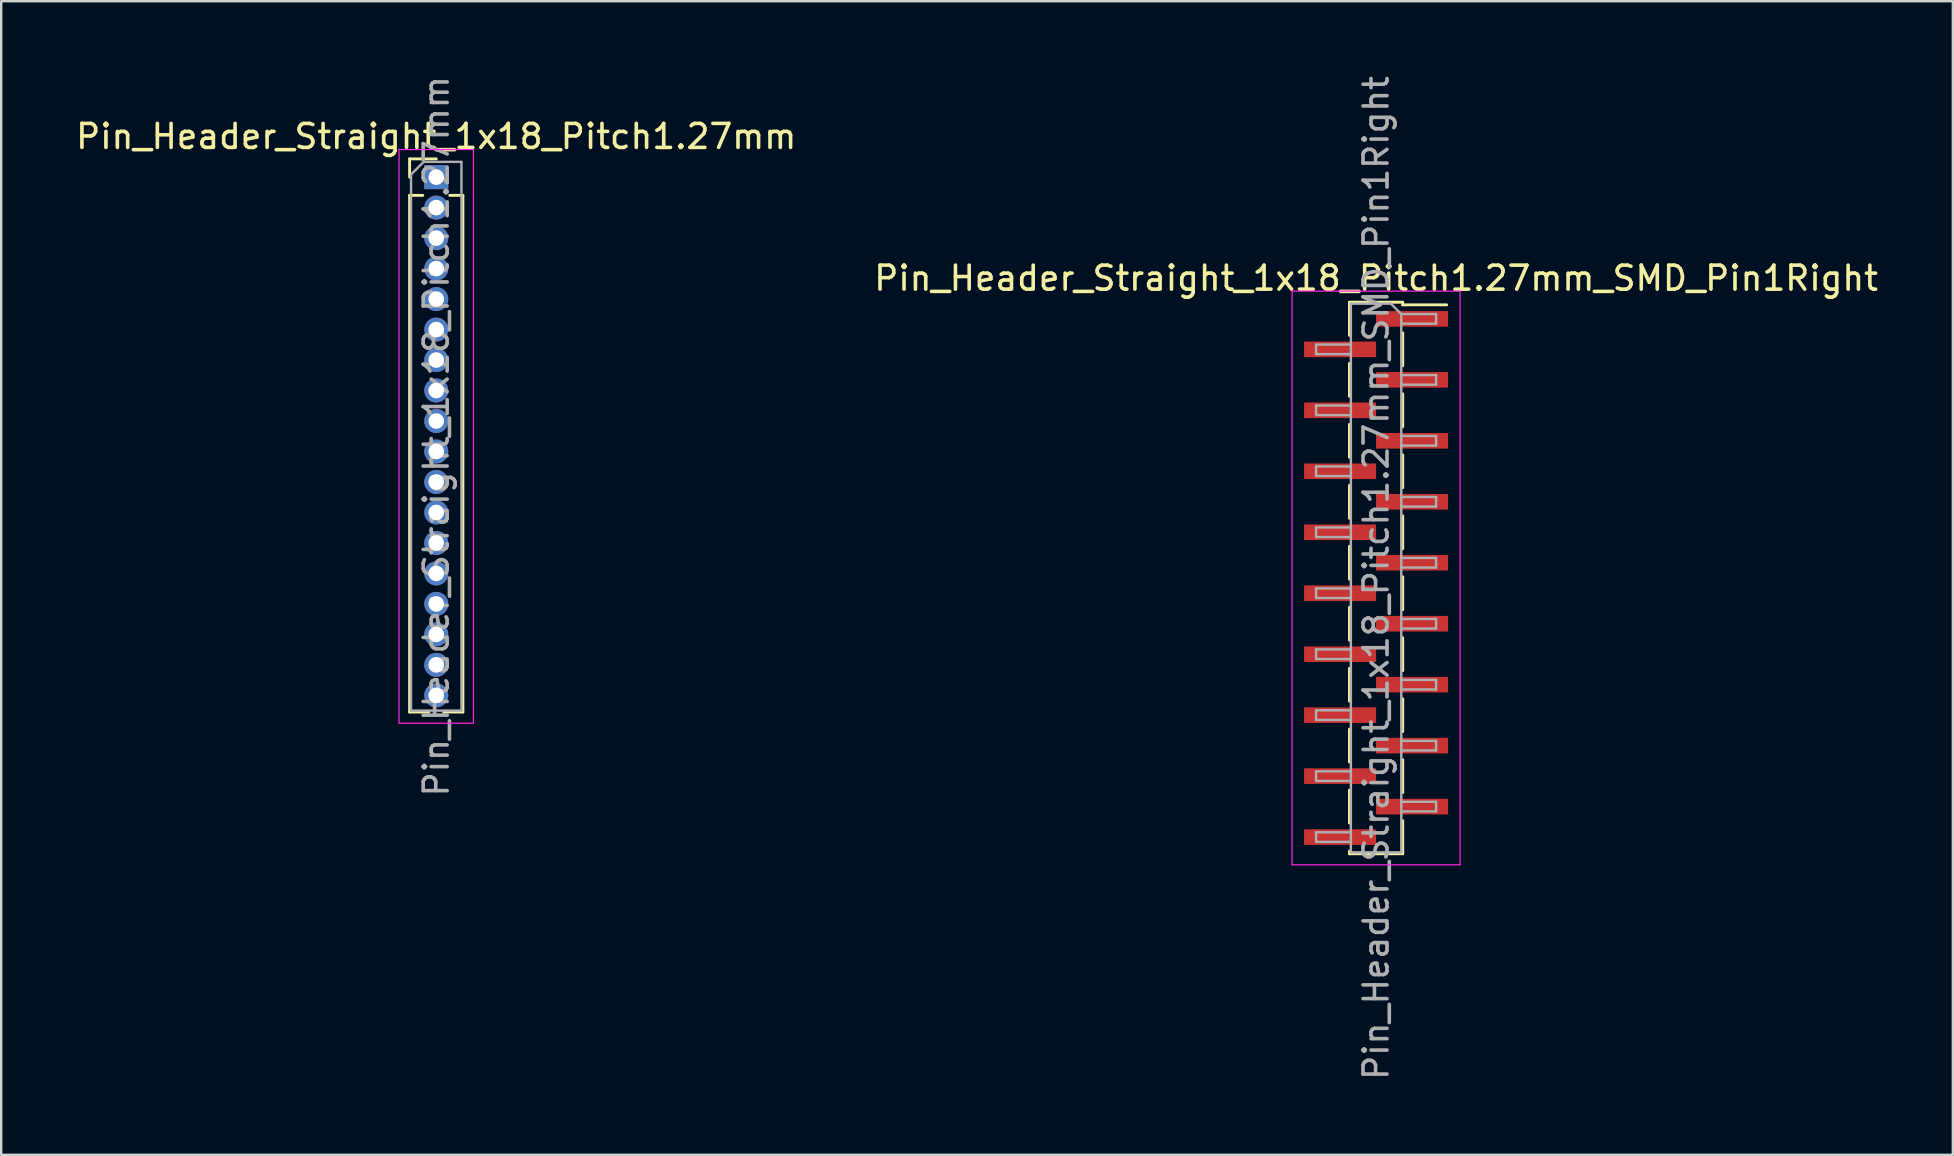
<source format=kicad_pcb>
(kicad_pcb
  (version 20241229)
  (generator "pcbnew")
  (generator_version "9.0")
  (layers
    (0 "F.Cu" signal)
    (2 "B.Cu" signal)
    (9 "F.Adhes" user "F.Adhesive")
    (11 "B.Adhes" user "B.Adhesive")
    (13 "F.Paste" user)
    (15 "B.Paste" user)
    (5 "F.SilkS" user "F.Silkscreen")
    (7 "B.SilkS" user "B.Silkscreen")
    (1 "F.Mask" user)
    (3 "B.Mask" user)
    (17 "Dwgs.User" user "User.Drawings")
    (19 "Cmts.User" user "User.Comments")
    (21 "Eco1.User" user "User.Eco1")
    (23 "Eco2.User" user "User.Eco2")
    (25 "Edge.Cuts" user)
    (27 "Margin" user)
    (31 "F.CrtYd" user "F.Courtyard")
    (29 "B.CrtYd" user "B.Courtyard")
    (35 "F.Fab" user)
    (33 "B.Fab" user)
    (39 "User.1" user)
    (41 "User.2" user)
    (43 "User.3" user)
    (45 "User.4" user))
  (footprint "Pin_Header_Straight_1x18_Pitch1.27mm_SMD_Pin1Right"
    (layer "F.Cu")
    (at 54.28 21.03)
    (property "Reference" "Pin_Header_Straight_1x18_Pitch1.27mm_SMD_Pin1Right" (at 0 -12.49 0) (layer "F.SilkS") (effects (font (size 1 1) (thickness 0.15))))
    (attr smd)
    (fp_line (start -1.11 -11.49) (end 1.11 -11.49) (stroke (width 0.12) (type solid)) (layer "F.SilkS"))
    (fp_line (start -1.11 -11.48) (end -1.11 -10.11) (stroke (width 0.12) (type solid)) (layer "F.SilkS"))
    (fp_line (start -1.11 -8.94) (end -1.11 -7.57) (stroke (width 0.12) (type solid)) (layer "F.SilkS"))
    (fp_line (start -1.11 -6.4) (end -1.11 -5.03) (stroke (width 0.12) (type solid)) (layer "F.SilkS"))
    (fp_line (start -1.11 -3.86) (end -1.11 -2.49) (stroke (width 0.12) (type solid)) (layer "F.SilkS"))
    (fp_line (start -1.11 -1.32) (end -1.11 0.05) (stroke (width 0.12) (type solid)) (layer "F.SilkS"))
    (fp_line (start -1.11 1.22) (end -1.11 2.59) (stroke (width 0.12) (type solid)) (layer "F.SilkS"))
    (fp_line (start -1.11 3.76) (end -1.11 5.13) (stroke (width 0.12) (type solid)) (layer "F.SilkS"))
    (fp_line (start -1.11 6.3) (end -1.11 7.67) (stroke (width 0.12) (type solid)) (layer "F.SilkS"))
    (fp_line (start -1.11 8.84) (end -1.11 10.21) (stroke (width 0.12) (type solid)) (layer "F.SilkS"))
    (fp_line (start -1.11 11.38) (end -1.11 11.49) (stroke (width 0.12) (type solid)) (layer "F.SilkS"))
    (fp_line (start -1.11 11.49) (end 1.11 11.49) (stroke (width 0.12) (type solid)) (layer "F.SilkS"))
    (fp_line (start 1.11 -11.49) (end 1.11 -11.38) (stroke (width 0.12) (type solid)) (layer "F.SilkS"))
    (fp_line (start 1.11 -11.38) (end 2.94 -11.38) (stroke (width 0.12) (type solid)) (layer "F.SilkS"))
    (fp_line (start 1.11 -10.21) (end 1.11 -8.84) (stroke (width 0.12) (type solid)) (layer "F.SilkS"))
    (fp_line (start 1.11 -7.67) (end 1.11 -6.3) (stroke (width 0.12) (type solid)) (layer "F.SilkS"))
    (fp_line (start 1.11 -5.13) (end 1.11 -3.76) (stroke (width 0.12) (type solid)) (layer "F.SilkS"))
    (fp_line (start 1.11 -2.59) (end 1.11 -1.22) (stroke (width 0.12) (type solid)) (layer "F.SilkS"))
    (fp_line (start 1.11 -0.05) (end 1.11 1.32) (stroke (width 0.12) (type solid)) (layer "F.SilkS"))
    (fp_line (start 1.11 2.49) (end 1.11 3.86) (stroke (width 0.12) (type solid)) (layer "F.SilkS"))
    (fp_line (start 1.11 5.03) (end 1.11 6.4) (stroke (width 0.12) (type solid)) (layer "F.SilkS"))
    (fp_line (start 1.11 7.57) (end 1.11 8.94) (stroke (width 0.12) (type solid)) (layer "F.SilkS"))
    (fp_line (start 1.11 10.11) (end 1.11 11.48) (stroke (width 0.12) (type solid)) (layer "F.SilkS"))
    (fp_line (start -3.5 -11.95) (end -3.5 11.95) (stroke (width 0.05) (type solid)) (layer "F.CrtYd"))
    (fp_line (start -3.5 11.95) (end 3.5 11.95) (stroke (width 0.05) (type solid)) (layer "F.CrtYd"))
    (fp_line (start 3.5 -11.95) (end -3.5 -11.95) (stroke (width 0.05) (type solid)) (layer "F.CrtYd"))
    (fp_line (start 3.5 11.95) (end 3.5 -11.95) (stroke (width 0.05) (type solid)) (layer "F.CrtYd"))
    (fp_line (start -2.5 -9.725) (end -2.5 -9.325) (stroke (width 0.1) (type solid)) (layer "F.Fab"))
    (fp_line (start -2.5 -9.325) (end -1.05 -9.325) (stroke (width 0.1) (type solid)) (layer "F.Fab"))
    (fp_line (start -2.5 -7.185) (end -2.5 -6.785) (stroke (width 0.1) (type solid)) (layer "F.Fab"))
    (fp_line (start -2.5 -6.785) (end -1.05 -6.785) (stroke (width 0.1) (type solid)) (layer "F.Fab"))
    (fp_line (start -2.5 -4.645) (end -2.5 -4.245) (stroke (width 0.1) (type solid)) (layer "F.Fab"))
    (fp_line (start -2.5 -4.245) (end -1.05 -4.245) (stroke (width 0.1) (type solid)) (layer "F.Fab"))
    (fp_line (start -2.5 -2.105) (end -2.5 -1.705) (stroke (width 0.1) (type solid)) (layer "F.Fab"))
    (fp_line (start -2.5 -1.705) (end -1.05 -1.705) (stroke (width 0.1) (type solid)) (layer "F.Fab"))
    (fp_line (start -2.5 0.435) (end -2.5 0.835) (stroke (width 0.1) (type solid)) (layer "F.Fab"))
    (fp_line (start -2.5 0.835) (end -1.05 0.835) (stroke (width 0.1) (type solid)) (layer "F.Fab"))
    (fp_line (start -2.5 2.975) (end -2.5 3.375) (stroke (width 0.1) (type solid)) (layer "F.Fab"))
    (fp_line (start -2.5 3.375) (end -1.05 3.375) (stroke (width 0.1) (type solid)) (layer "F.Fab"))
    (fp_line (start -2.5 5.515) (end -2.5 5.915) (stroke (width 0.1) (type solid)) (layer "F.Fab"))
    (fp_line (start -2.5 5.915) (end -1.05 5.915) (stroke (width 0.1) (type solid)) (layer "F.Fab"))
    (fp_line (start -2.5 8.055) (end -2.5 8.455) (stroke (width 0.1) (type solid)) (layer "F.Fab"))
    (fp_line (start -2.5 8.455) (end -1.05 8.455) (stroke (width 0.1) (type solid)) (layer "F.Fab"))
    (fp_line (start -2.5 10.595) (end -2.5 10.995) (stroke (width 0.1) (type solid)) (layer "F.Fab"))
    (fp_line (start -2.5 10.995) (end -1.05 10.995) (stroke (width 0.1) (type solid)) (layer "F.Fab"))
    (fp_line (start -1.05 -11.43) (end -1.05 11.43) (stroke (width 0.1) (type solid)) (layer "F.Fab"))
    (fp_line (start -1.05 -11.43) (end 0.615 -11.43) (stroke (width 0.1) (type solid)) (layer "F.Fab"))
    (fp_line (start -1.05 -9.725) (end -2.5 -9.725) (stroke (width 0.1) (type solid)) (layer "F.Fab"))
    (fp_line (start -1.05 -7.185) (end -2.5 -7.185) (stroke (width 0.1) (type solid)) (layer "F.Fab"))
    (fp_line (start -1.05 -4.645) (end -2.5 -4.645) (stroke (width 0.1) (type solid)) (layer "F.Fab"))
    (fp_line (start -1.05 -2.105) (end -2.5 -2.105) (stroke (width 0.1) (type solid)) (layer "F.Fab"))
    (fp_line (start -1.05 0.435) (end -2.5 0.435) (stroke (width 0.1) (type solid)) (layer "F.Fab"))
    (fp_line (start -1.05 2.975) (end -2.5 2.975) (stroke (width 0.1) (type solid)) (layer "F.Fab"))
    (fp_line (start -1.05 5.515) (end -2.5 5.515) (stroke (width 0.1) (type solid)) (layer "F.Fab"))
    (fp_line (start -1.05 8.055) (end -2.5 8.055) (stroke (width 0.1) (type solid)) (layer "F.Fab"))
    (fp_line (start -1.05 10.595) (end -2.5 10.595) (stroke (width 0.1) (type solid)) (layer "F.Fab"))
    (fp_line (start 1.05 -10.995) (end 0.615 -11.43) (stroke (width 0.1) (type solid)) (layer "F.Fab"))
    (fp_line (start 1.05 -10.995) (end 2.5 -10.995) (stroke (width 0.1) (type solid)) (layer "F.Fab"))
    (fp_line (start 1.05 -8.455) (end 2.5 -8.455) (stroke (width 0.1) (type solid)) (layer "F.Fab"))
    (fp_line (start 1.05 -5.915) (end 2.5 -5.915) (stroke (width 0.1) (type solid)) (layer "F.Fab"))
    (fp_line (start 1.05 -3.375) (end 2.5 -3.375) (stroke (width 0.1) (type solid)) (layer "F.Fab"))
    (fp_line (start 1.05 -0.835) (end 2.5 -0.835) (stroke (width 0.1) (type solid)) (layer "F.Fab"))
    (fp_line (start 1.05 1.705) (end 2.5 1.705) (stroke (width 0.1) (type solid)) (layer "F.Fab"))
    (fp_line (start 1.05 4.245) (end 2.5 4.245) (stroke (width 0.1) (type solid)) (layer "F.Fab"))
    (fp_line (start 1.05 6.785) (end 2.5 6.785) (stroke (width 0.1) (type solid)) (layer "F.Fab"))
    (fp_line (start 1.05 9.325) (end 2.5 9.325) (stroke (width 0.1) (type solid)) (layer "F.Fab"))
    (fp_line (start 1.05 11.43) (end -1.05 11.43) (stroke (width 0.1) (type solid)) (layer "F.Fab"))
    (fp_line (start 1.05 11.43) (end 1.05 -10.995) (stroke (width 0.1) (type solid)) (layer "F.Fab"))
    (fp_line (start 2.5 -10.995) (end 2.5 -10.595) (stroke (width 0.1) (type solid)) (layer "F.Fab"))
    (fp_line (start 2.5 -10.595) (end 1.05 -10.595) (stroke (width 0.1) (type solid)) (layer "F.Fab"))
    (fp_line (start 2.5 -8.455) (end 2.5 -8.055) (stroke (width 0.1) (type solid)) (layer "F.Fab"))
    (fp_line (start 2.5 -8.055) (end 1.05 -8.055) (stroke (width 0.1) (type solid)) (layer "F.Fab"))
    (fp_line (start 2.5 -5.915) (end 2.5 -5.515) (stroke (width 0.1) (type solid)) (layer "F.Fab"))
    (fp_line (start 2.5 -5.515) (end 1.05 -5.515) (stroke (width 0.1) (type solid)) (layer "F.Fab"))
    (fp_line (start 2.5 -3.375) (end 2.5 -2.975) (stroke (width 0.1) (type solid)) (layer "F.Fab"))
    (fp_line (start 2.5 -2.975) (end 1.05 -2.975) (stroke (width 0.1) (type solid)) (layer "F.Fab"))
    (fp_line (start 2.5 -0.835) (end 2.5 -0.435) (stroke (width 0.1) (type solid)) (layer "F.Fab"))
    (fp_line (start 2.5 -0.435) (end 1.05 -0.435) (stroke (width 0.1) (type solid)) (layer "F.Fab"))
    (fp_line (start 2.5 1.705) (end 2.5 2.105) (stroke (width 0.1) (type solid)) (layer "F.Fab"))
    (fp_line (start 2.5 2.105) (end 1.05 2.105) (stroke (width 0.1) (type solid)) (layer "F.Fab"))
    (fp_line (start 2.5 4.245) (end 2.5 4.645) (stroke (width 0.1) (type solid)) (layer "F.Fab"))
    (fp_line (start 2.5 4.645) (end 1.05 4.645) (stroke (width 0.1) (type solid)) (layer "F.Fab"))
    (fp_line (start 2.5 6.785) (end 2.5 7.185) (stroke (width 0.1) (type solid)) (layer "F.Fab"))
    (fp_line (start 2.5 7.185) (end 1.05 7.185) (stroke (width 0.1) (type solid)) (layer "F.Fab"))
    (fp_line (start 2.5 9.325) (end 2.5 9.725) (stroke (width 0.1) (type solid)) (layer "F.Fab"))
    (fp_line (start 2.5 9.725) (end 1.05 9.725) (stroke (width 0.1) (type solid)) (layer "F.Fab"))
    (fp_text user "${REFERENCE}" (at 0 0 90) (layer "F.Fab") (effects (font (size 1 1) (thickness 0.15))))
    (pad "1" smd rect (at 1.5 -10.795) (size 3 0.65) (layers "F.Cu" "F.Mask" "F.Paste"))
    (pad "2" smd rect (at -1.5 -9.525) (size 3 0.65) (layers "F.Cu" "F.Mask" "F.Paste"))
    (pad "3" smd rect (at 1.5 -8.255) (size 3 0.65) (layers "F.Cu" "F.Mask" "F.Paste"))
    (pad "4" smd rect (at -1.5 -6.985) (size 3 0.65) (layers "F.Cu" "F.Mask" "F.Paste"))
    (pad "5" smd rect (at 1.5 -5.715) (size 3 0.65) (layers "F.Cu" "F.Mask" "F.Paste"))
    (pad "6" smd rect (at -1.5 -4.445) (size 3 0.65) (layers "F.Cu" "F.Mask" "F.Paste"))
    (pad "7" smd rect (at 1.5 -3.175) (size 3 0.65) (layers "F.Cu" "F.Mask" "F.Paste"))
    (pad "8" smd rect (at -1.5 -1.905) (size 3 0.65) (layers "F.Cu" "F.Mask" "F.Paste"))
    (pad "9" smd rect (at 1.5 -0.635) (size 3 0.65) (layers "F.Cu" "F.Mask" "F.Paste"))
    (pad "10" smd rect (at -1.5 0.635) (size 3 0.65) (layers "F.Cu" "F.Mask" "F.Paste"))
    (pad "11" smd rect (at 1.5 1.905) (size 3 0.65) (layers "F.Cu" "F.Mask" "F.Paste"))
    (pad "12" smd rect (at -1.5 3.175) (size 3 0.65) (layers "F.Cu" "F.Mask" "F.Paste"))
    (pad "13" smd rect (at 1.5 4.445) (size 3 0.65) (layers "F.Cu" "F.Mask" "F.Paste"))
    (pad "14" smd rect (at -1.5 5.715) (size 3 0.65) (layers "F.Cu" "F.Mask" "F.Paste"))
    (pad "15" smd rect (at 1.5 6.985) (size 3 0.65) (layers "F.Cu" "F.Mask" "F.Paste"))
    (pad "16" smd rect (at -1.5 8.255) (size 3 0.65) (layers "F.Cu" "F.Mask" "F.Paste"))
    (pad "17" smd rect (at 1.5 9.525) (size 3 0.65) (layers "F.Cu" "F.Mask" "F.Paste"))
    (pad "18" smd rect (at -1.5 10.795) (size 3 0.65) (layers "F.Cu" "F.Mask" "F.Paste")))
  (footprint "Pin_Header_Straight_1x18_Pitch1.27mm"
    (layer "F.Cu")
    (at 15.125 4.33)
    (property "Reference" "Pin_Header_Straight_1x18_Pitch1.27mm" (at 0 -1.695 0) (layer "F.SilkS") (effects (font (size 1 1) (thickness 0.15))))
    (attr through_hole)
    (fp_line (start -1.11 -0.76) (end 0 -0.76) (stroke (width 0.12) (type solid)) (layer "F.SilkS"))
    (fp_line (start -1.11 0) (end -1.11 -0.76) (stroke (width 0.12) (type solid)) (layer "F.SilkS"))
    (fp_line (start -1.11 0.76) (end -1.11 22.285) (stroke (width 0.12) (type solid)) (layer "F.SilkS"))
    (fp_line (start -1.11 0.76) (end -0.563 0.76) (stroke (width 0.12) (type solid)) (layer "F.SilkS"))
    (fp_line (start -1.11 22.285) (end -0.308 22.285) (stroke (width 0.12) (type solid)) (layer "F.SilkS"))
    (fp_line (start 0.308 22.285) (end 1.11 22.285) (stroke (width 0.12) (type solid)) (layer "F.SilkS"))
    (fp_line (start 0.563 0.76) (end 1.11 0.76) (stroke (width 0.12) (type solid)) (layer "F.SilkS"))
    (fp_line (start 1.11 0.76) (end 1.11 22.285) (stroke (width 0.12) (type solid)) (layer "F.SilkS"))
    (fp_line (start -1.55 -1.15) (end -1.55 22.75) (stroke (width 0.05) (type solid)) (layer "F.CrtYd"))
    (fp_line (start -1.55 22.75) (end 1.55 22.75) (stroke (width 0.05) (type solid)) (layer "F.CrtYd"))
    (fp_line (start 1.55 -1.15) (end -1.55 -1.15) (stroke (width 0.05) (type solid)) (layer "F.CrtYd"))
    (fp_line (start 1.55 22.75) (end 1.55 -1.15) (stroke (width 0.05) (type solid)) (layer "F.CrtYd"))
    (fp_line (start -1.05 -0.11) (end -0.525 -0.635) (stroke (width 0.1) (type solid)) (layer "F.Fab"))
    (fp_line (start -1.05 22.225) (end -1.05 -0.11) (stroke (width 0.1) (type solid)) (layer "F.Fab"))
    (fp_line (start -0.525 -0.635) (end 1.05 -0.635) (stroke (width 0.1) (type solid)) (layer "F.Fab"))
    (fp_line (start 1.05 -0.635) (end 1.05 22.225) (stroke (width 0.1) (type solid)) (layer "F.Fab"))
    (fp_line (start 1.05 22.225) (end -1.05 22.225) (stroke (width 0.1) (type solid)) (layer "F.Fab"))
    (fp_text user "${REFERENCE}" (at 0 10.795 90) (layer "F.Fab") (effects (font (size 1 1) (thickness 0.15))))
    (pad "1" thru_hole rect (at 0 0) (size 1 1) (drill 0.65) (layers "*.Cu" "*.Mask"))
    (pad "2" thru_hole oval (at 0 1.27) (size 1 1) (drill 0.65) (layers "*.Cu" "*.Mask"))
    (pad "3" thru_hole oval (at 0 2.54) (size 1 1) (drill 0.65) (layers "*.Cu" "*.Mask"))
    (pad "4" thru_hole oval (at 0 3.81) (size 1 1) (drill 0.65) (layers "*.Cu" "*.Mask"))
    (pad "5" thru_hole oval (at 0 5.08) (size 1 1) (drill 0.65) (layers "*.Cu" "*.Mask"))
    (pad "6" thru_hole oval (at 0 6.35) (size 1 1) (drill 0.65) (layers "*.Cu" "*.Mask"))
    (pad "7" thru_hole oval (at 0 7.62) (size 1 1) (drill 0.65) (layers "*.Cu" "*.Mask"))
    (pad "8" thru_hole oval (at 0 8.89) (size 1 1) (drill 0.65) (layers "*.Cu" "*.Mask"))
    (pad "9" thru_hole oval (at 0 10.16) (size 1 1) (drill 0.65) (layers "*.Cu" "*.Mask"))
    (pad "10" thru_hole oval (at 0 11.43) (size 1 1) (drill 0.65) (layers "*.Cu" "*.Mask"))
    (pad "11" thru_hole oval (at 0 12.7) (size 1 1) (drill 0.65) (layers "*.Cu" "*.Mask"))
    (pad "12" thru_hole oval (at 0 13.97) (size 1 1) (drill 0.65) (layers "*.Cu" "*.Mask"))
    (pad "13" thru_hole oval (at 0 15.24) (size 1 1) (drill 0.65) (layers "*.Cu" "*.Mask"))
    (pad "14" thru_hole oval (at 0 16.51) (size 1 1) (drill 0.65) (layers "*.Cu" "*.Mask"))
    (pad "15" thru_hole oval (at 0 17.78) (size 1 1) (drill 0.65) (layers "*.Cu" "*.Mask"))
    (pad "16" thru_hole oval (at 0 19.05) (size 1 1) (drill 0.65) (layers "*.Cu" "*.Mask"))
    (pad "17" thru_hole oval (at 0 20.32) (size 1 1) (drill 0.65) (layers "*.Cu" "*.Mask"))
    (pad "18" thru_hole oval (at 0 21.59) (size 1 1) (drill 0.65) (layers "*.Cu" "*.Mask")))
  (gr_rect
    (start -3 -3)
    (end 78.31 45.06)
    (stroke (width 0.1) (type default))
    (fill no)
    (layer "Edge.Cuts")))
</source>
